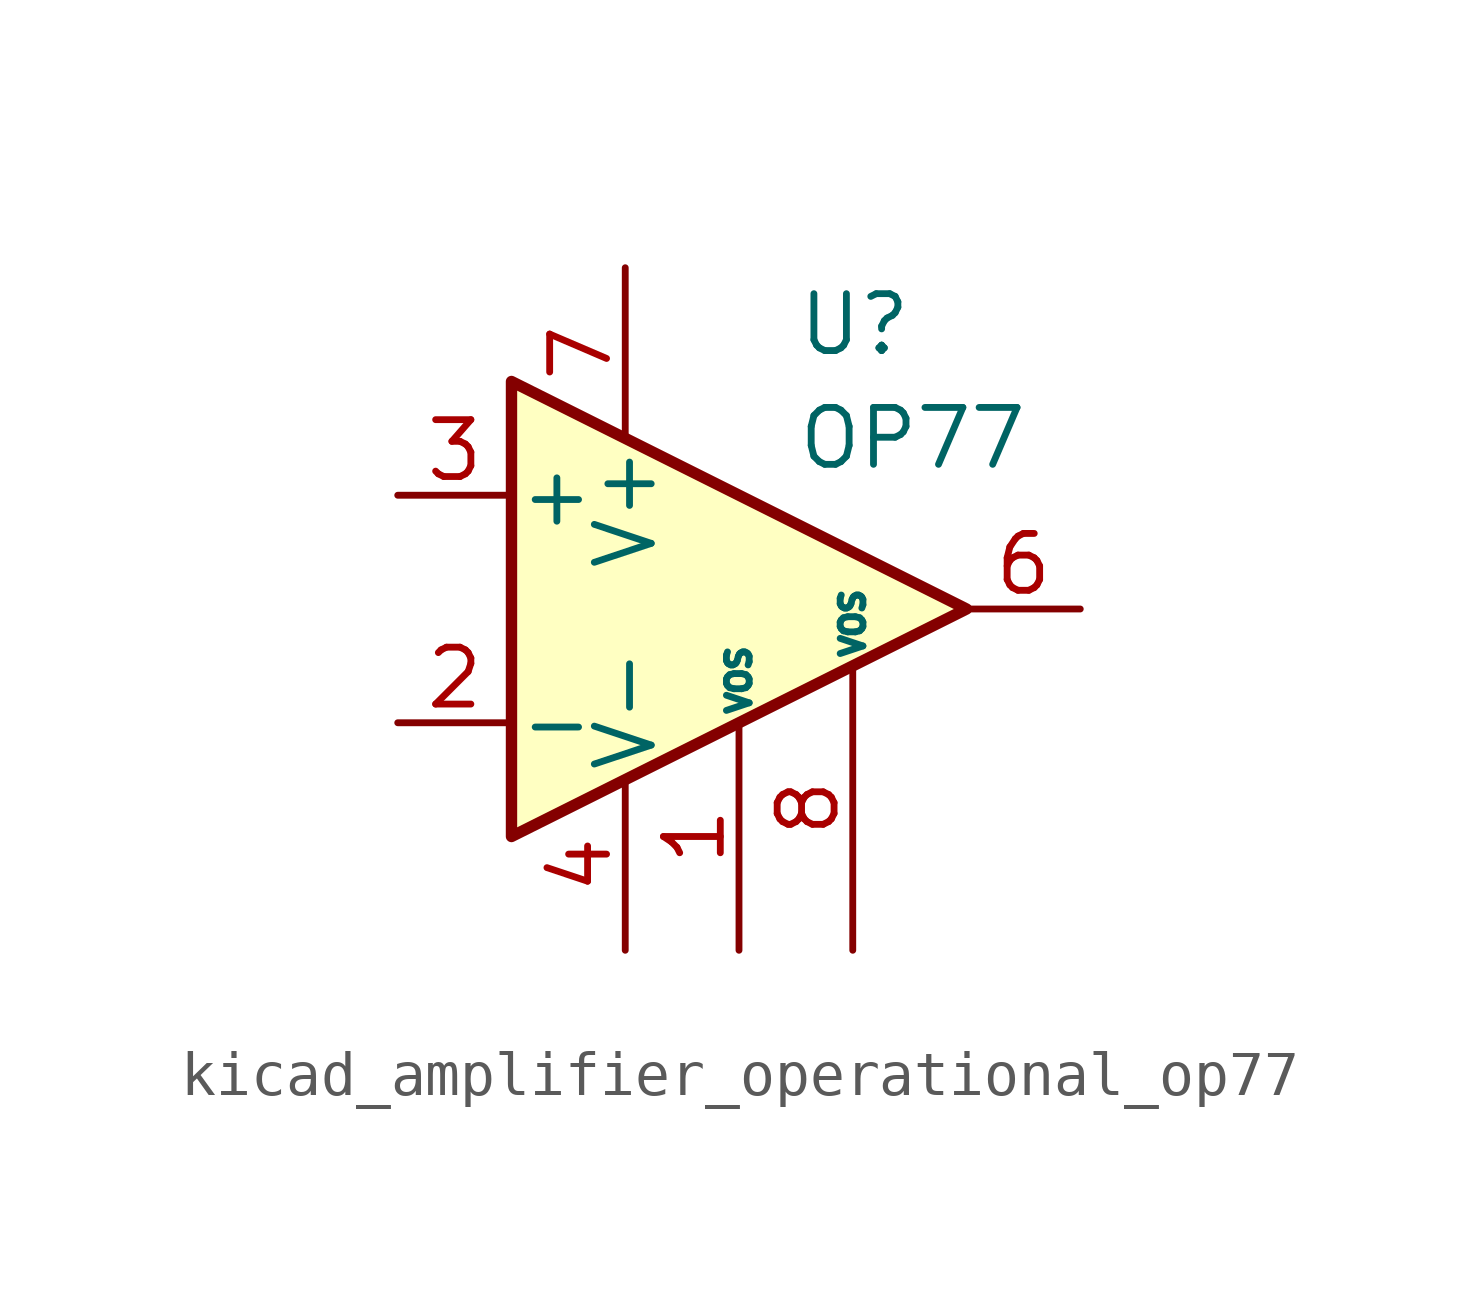
<source format=kicad_sym>
(kicad_symbol_lib
  (version 20220914)
  (generator kicad_symbol_editor)
  (symbol "kicad_amplifier_operational_op77"
    (pin_names
      (offset 0.127))
    (property "Reference" "U"
      (at 1.27 6.35 0)
      (effects (font (size 1.27 1.27)) (justify left)))
    (property "Value" "OP77"
      (at 1.27 3.81 0)
      (effects (font (size 1.27 1.27)) (justify left)))
    (symbol "kicad_amplifier_operational_op77_0_1"
      (polyline (pts (xy -5.08 5.08) (xy 5.08 0) (xy -5.08 -5.08) (xy -5.08 5.08)) (stroke (width 0.254) (type default)) (fill (type background))))
    (symbol "kicad_amplifier_operational_op77_1_1"
      (pin input line (at 0 -7.62 90) (length 5.08) (name "VOS" (effects (font (size 0.508 0.508)))) (number "1" (effects (font (size 1.27 1.27)))))
      (pin input line (at -7.62 -2.54 0) (length 2.54) (name "-" (effects (font (size 1.27 1.27)))) (number "2" (effects (font (size 1.27 1.27)))))
      (pin input line (at -7.62 2.54 0) (length 2.54) (name "+" (effects (font (size 1.27 1.27)))) (number "3" (effects (font (size 1.27 1.27)))))
      (pin power_in line (at -2.54 -7.62 90) (length 3.81) (name "V-" (effects (font (size 1.27 1.27)))) (number "4" (effects (font (size 1.27 1.27)))))
      (pin no_connect line (at 0 2.54 270) (length 2.54) hide (name "NC" (effects (font (size 1.27 1.27)))) (number "5" (effects (font (size 1.27 1.27)))))
      (pin output line (at 7.62 0 180) (length 2.54) (name "~" (effects (font (size 1.27 1.27)))) (number "6" (effects (font (size 1.27 1.27)))))
      (pin power_in line (at -2.54 7.62 270) (length 3.81) (name "V+" (effects (font (size 1.27 1.27)))) (number "7" (effects (font (size 1.27 1.27)))))
      (pin input line (at 2.54 -7.62 90) (length 6.35) (name "VOS" (effects (font (size 0.508 0.508)))) (number "8" (effects (font (size 1.27 1.27))))))))
</source>
